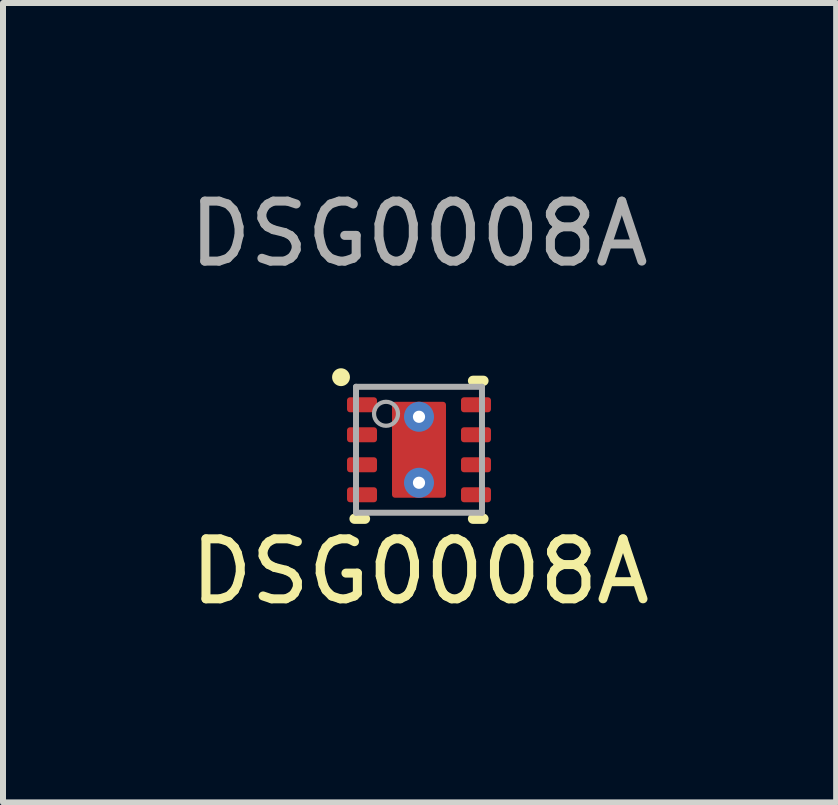
<source format=kicad_pcb>
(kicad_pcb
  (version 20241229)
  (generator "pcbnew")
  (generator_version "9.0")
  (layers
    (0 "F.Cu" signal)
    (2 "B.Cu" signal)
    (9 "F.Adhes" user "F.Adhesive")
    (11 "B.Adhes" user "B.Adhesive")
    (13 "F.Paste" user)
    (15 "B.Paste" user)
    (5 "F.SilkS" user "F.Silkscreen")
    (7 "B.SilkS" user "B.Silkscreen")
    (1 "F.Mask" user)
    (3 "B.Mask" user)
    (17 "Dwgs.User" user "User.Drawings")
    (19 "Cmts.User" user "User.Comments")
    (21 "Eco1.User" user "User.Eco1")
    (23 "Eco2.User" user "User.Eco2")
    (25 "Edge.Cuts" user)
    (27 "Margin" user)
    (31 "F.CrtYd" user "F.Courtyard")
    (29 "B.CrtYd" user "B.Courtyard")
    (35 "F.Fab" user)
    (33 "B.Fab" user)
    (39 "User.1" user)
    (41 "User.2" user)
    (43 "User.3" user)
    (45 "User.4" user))
  (footprint "DSG0008A"
    (layer "F.Cu")
    (at 3.935 4.448)
    (property "Reference" "DSG0008A" (at 0.02 2.03 0) (unlocked yes) (layer "F.SilkS") (effects (font (size 1 1) (thickness 0.15))))
    (attr smd)
    (fp_line (start -1.075 1.15) (end -0.9 1.15) (stroke (width 0.17) (type solid)) (layer "F.SilkS"))
    (fp_line (start 0.9 -1.15) (end 1.075 -1.15) (stroke (width 0.17) (type solid)) (layer "F.SilkS"))
    (fp_line (start 0.9 1.15) (end 1.075 1.15) (stroke (width 0.17) (type solid)) (layer "F.SilkS"))
    (fp_circle (center -1.3 -1.21) (end -1.201 -1.21) (stroke (width 0.1) (type solid)) (fill yes) (layer "F.SilkS"))
    (fp_poly (pts (xy -0.45 -0.149) (xy -0.45 -0.751) (xy -0.449 -0.761) (xy -0.446 -0.77) (xy -0.442 -0.778) (xy -0.436 -0.786) (xy -0.428 -0.792) (xy -0.42 -0.796) (xy -0.411 -0.799) (xy -0.401 -0.8) (xy 0.401 -0.8) (xy 0.411 -0.799) (xy 0.42 -0.796) (xy 0.428 -0.792) (xy 0.436 -0.786) (xy 0.442 -0.778) (xy 0.446 -0.77) (xy 0.449 -0.761) (xy 0.45 -0.751) (xy 0.45 -0.149) (xy 0.449 -0.139) (xy 0.446 -0.13) (xy 0.442 -0.122) (xy 0.436 -0.114) (xy 0.428 -0.108) (xy 0.42 -0.104) (xy 0.411 -0.101) (xy 0.401 -0.1) (xy -0.401 -0.1) (xy -0.411 -0.101) (xy -0.42 -0.104) (xy -0.428 -0.108) (xy -0.436 -0.114) (xy -0.442 -0.122) (xy -0.446 -0.13) (xy -0.449 -0.139)) (stroke (width 0) (type solid)) (fill yes) (layer "F.Paste"))
    (fp_poly (pts (xy -0.45 0.751) (xy -0.45 0.149) (xy -0.449 0.139) (xy -0.446 0.13) (xy -0.442 0.122) (xy -0.436 0.114) (xy -0.428 0.108) (xy -0.42 0.104) (xy -0.411 0.101) (xy -0.401 0.1) (xy 0.401 0.1) (xy 0.411 0.101) (xy 0.42 0.104) (xy 0.428 0.108) (xy 0.436 0.114) (xy 0.442 0.122) (xy 0.446 0.13) (xy 0.449 0.139) (xy 0.45 0.149) (xy 0.45 0.751) (xy 0.449 0.761) (xy 0.446 0.77) (xy 0.442 0.778) (xy 0.436 0.786) (xy 0.428 0.792) (xy 0.42 0.796) (xy 0.411 0.799) (xy 0.401 0.8) (xy -0.401 0.8) (xy -0.411 0.799) (xy -0.42 0.796) (xy -0.428 0.792) (xy -0.436 0.786) (xy -0.442 0.778) (xy -0.446 0.77) (xy -0.449 0.761)) (stroke (width 0) (type solid)) (fill yes) (layer "F.Paste"))
    (fp_line (start -1.05 -1.05) (end 1.05 -1.05) (stroke (width 0.1) (type solid)) (layer "F.Fab"))
    (fp_line (start -1.05 1.05) (end -1.05 -1.05) (stroke (width 0.1) (type solid)) (layer "F.Fab"))
    (fp_line (start -1.05 1.05) (end 1.05 1.05) (stroke (width 0.1) (type solid)) (layer "F.Fab"))
    (fp_line (start 1.05 1.05) (end 1.05 -1.05) (stroke (width 0.1) (type solid)) (layer "F.Fab"))
    (fp_circle (center -0.55 -0.6) (end -0.35 -0.6) (stroke (width 0.07) (type solid)) (fill no) (layer "F.Fab"))
    (fp_text user "${REFERENCE}" (at 0 -3.6 0) (unlocked yes) (layer "F.Fab") (effects (font (size 1 1) (thickness 0.15))))
    (pad "1" smd roundrect (at -0.95 -0.75 90) (size 0.25 0.5) (layers "F.Cu" "F.Mask" "F.Paste") (roundrect_rratio 0.2))
    (pad "2" smd roundrect (at -0.95 -0.25 90) (size 0.25 0.5) (layers "F.Cu" "F.Mask" "F.Paste") (roundrect_rratio 0.2))
    (pad "3" smd roundrect (at -0.95 0.25 90) (size 0.25 0.5) (layers "F.Cu" "F.Mask" "F.Paste") (roundrect_rratio 0.2))
    (pad "4" smd roundrect (at -0.95 0.75 90) (size 0.25 0.5) (layers "F.Cu" "F.Mask" "F.Paste") (roundrect_rratio 0.2))
    (pad "5" smd roundrect (at 0.95 0.75 90) (size 0.25 0.5) (layers "F.Cu" "F.Mask" "F.Paste") (roundrect_rratio 0.2))
    (pad "6" smd roundrect (at 0.95 0.25 90) (size 0.25 0.5) (layers "F.Cu" "F.Mask" "F.Paste") (roundrect_rratio 0.2))
    (pad "7" smd roundrect (at 0.95 -0.25 90) (size 0.25 0.5) (layers "F.Cu" "F.Mask" "F.Paste") (roundrect_rratio 0.2))
    (pad "8" smd roundrect (at 0.95 -0.75 90) (size 0.25 0.5) (layers "F.Cu" "F.Mask" "F.Paste") (roundrect_rratio 0.2))
    (pad "9" thru_hole circle (at 0 -0.55) (size 0.5 0.5) (drill 0.203) (layers "*.Cu" "F.Mask"))
    (pad "9" smd roundrect (at 0 0) (size 0.9 1.6) (layers "F.Cu" "F.Mask") (roundrect_rratio 0.056))
    (pad "9" thru_hole circle (at 0 0.55) (size 0.5 0.5) (drill 0.203) (layers "*.Cu" "F.Mask")))
  (gr_rect
    (start -3 -3)
    (end 10.889 10.326)
    (stroke (width 0.1) (type default))
    (fill no)
    (layer "Edge.Cuts")))
</source>
